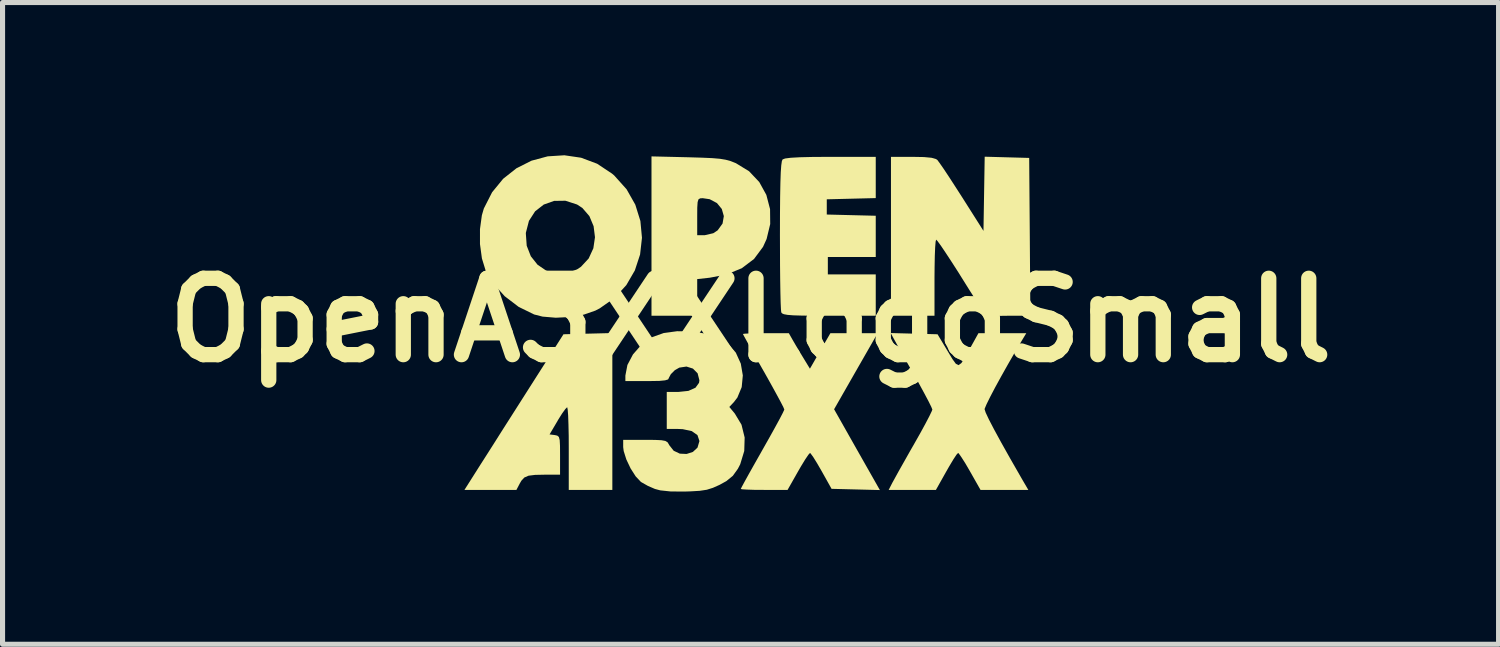
<source format=kicad_pcb>
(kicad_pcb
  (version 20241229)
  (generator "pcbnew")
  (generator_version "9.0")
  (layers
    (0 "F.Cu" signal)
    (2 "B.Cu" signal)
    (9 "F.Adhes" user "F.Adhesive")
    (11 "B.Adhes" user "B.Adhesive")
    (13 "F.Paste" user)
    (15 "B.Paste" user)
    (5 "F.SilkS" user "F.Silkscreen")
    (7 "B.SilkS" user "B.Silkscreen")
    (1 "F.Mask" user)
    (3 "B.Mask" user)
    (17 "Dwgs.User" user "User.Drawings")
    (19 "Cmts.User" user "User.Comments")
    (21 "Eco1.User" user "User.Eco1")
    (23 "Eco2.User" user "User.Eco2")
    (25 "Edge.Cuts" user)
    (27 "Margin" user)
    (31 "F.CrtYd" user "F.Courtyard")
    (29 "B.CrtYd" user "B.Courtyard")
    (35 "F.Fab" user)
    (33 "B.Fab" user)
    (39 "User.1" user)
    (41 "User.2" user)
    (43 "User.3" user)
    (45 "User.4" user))
  (footprint "OpenA3XXLogoSmall"
    (layer "F.Cu")
    (at 11.693 3.238)
    (property "Reference" "OpenA3XXLogoSmall" (at 0 0 0) (layer "F.SilkS") (effects (font (size 1.5 1.5) (thickness 0.3))))
    (attr board_only exclude_from_pos_files exclude_from_bom)
    (fp_poly (pts (xy -2.715 1.795) (xy -2.715 3.335) (xy -3.143 3.335) (xy -3.571 3.335) (xy -3.571 2.523) (xy -3.572 2.27) (xy -3.577 2.049) (xy -3.583 1.874) (xy -3.592 1.757) (xy -3.602 1.711) (xy -3.603 1.711) (xy -3.638 1.746) (xy -3.703 1.836) (xy -3.783 1.964) (xy -3.791 1.979) (xy -3.948 2.245) (xy -3.845 2.258) (xy -3.796 2.269) (xy -3.765 2.296) (xy -3.749 2.357) (xy -3.743 2.468) (xy -3.742 2.648) (xy -3.742 2.654) (xy -3.742 3.036) (xy -4.037 3.036) (xy -4.232 3.04) (xy -4.361 3.056) (xy -4.444 3.092) (xy -4.502 3.155) (xy -4.535 3.212) (xy -4.599 3.335) (xy -5.11 3.335) (xy -5.62 3.335) (xy -5.302 2.833) (xy -5.19 2.658) (xy -5.043 2.427) (xy -4.871 2.155) (xy -4.683 1.86) (xy -4.49 1.557) (xy -4.329 1.304) (xy -3.675 0.278) (xy -3.195 0.266) (xy -2.715 0.254)) (stroke (width 0) (type solid)) (fill yes) (layer "F.SilkS"))
    (fp_poly (pts (xy 5.036 -3.198) (xy 5.473 -3.186) (xy 5.485 -1.636) (xy 5.496 -0.086) (xy 5.071 -0.086) (xy 4.929 -0.084) (xy 4.82 -0.084) (xy 4.732 -0.095) (xy 4.658 -0.124) (xy 4.587 -0.181) (xy 4.51 -0.272) (xy 4.416 -0.407) (xy 4.297 -0.594) (xy 4.143 -0.84) (xy 4.084 -0.935) (xy 3.951 -1.142) (xy 3.833 -1.322) (xy 3.738 -1.463) (xy 3.672 -1.553) (xy 3.645 -1.581) (xy 3.635 -1.541) (xy 3.626 -1.429) (xy 3.619 -1.259) (xy 3.615 -1.044) (xy 3.613 -0.834) (xy 3.613 -0.086) (xy 3.186 -0.086) (xy 2.758 -0.086) (xy 2.758 -1.646) (xy 2.758 -3.207) (xy 3.183 -3.207) (xy 3.405 -3.203) (xy 3.554 -3.189) (xy 3.642 -3.164) (xy 3.668 -3.147) (xy 3.709 -3.092) (xy 3.788 -2.979) (xy 3.895 -2.818) (xy 4.022 -2.622) (xy 4.152 -2.42) (xy 4.575 -1.753) (xy 4.587 -2.481) (xy 4.599 -3.21)) (stroke (width 0) (type solid)) (fill yes) (layer "F.SilkS"))
    (fp_poly (pts (xy -1.229 -3.199) (xy -0.957 -3.191) (xy -0.753 -3.182) (xy -0.602 -3.169) (xy -0.487 -3.15) (xy -0.392 -3.124) (xy -0.299 -3.087) (xy -0.287 -3.082) (xy -0.029 -2.924) (xy 0.171 -2.712) (xy 0.31 -2.46) (xy 0.383 -2.18) (xy 0.386 -1.887) (xy 0.315 -1.593) (xy 0.245 -1.439) (xy 0.068 -1.201) (xy -0.173 -1.019) (xy -0.476 -0.895) (xy -0.802 -0.833) (xy -1.048 -0.806) (xy -1.048 -0.446) (xy -1.048 -0.086) (xy -1.497 -0.086) (xy -1.946 -0.086) (xy -1.946 -1.651) (xy -1.946 -2.035) (xy -1.048 -2.035) (xy -1.048 -2.031) (xy -1.048 -1.668) (xy -0.9 -1.668) (xy -0.732 -1.707) (xy -0.646 -1.764) (xy -0.55 -1.897) (xy -0.525 -2.043) (xy -0.565 -2.183) (xy -0.66 -2.299) (xy -0.803 -2.375) (xy -0.939 -2.395) (xy -0.991 -2.392) (xy -1.024 -2.371) (xy -1.04 -2.316) (xy -1.047 -2.209) (xy -1.048 -2.035) (xy -1.946 -2.035) (xy -1.946 -3.216)) (stroke (width 0) (type solid)) (fill yes) (layer "F.SilkS"))
    (fp_poly (pts (xy 2.459 -2.802) (xy 2.459 -2.397) (xy 1.978 -2.385) (xy 1.497 -2.373) (xy 1.497 -2.224) (xy 1.497 -2.074) (xy 1.978 -2.062) (xy 2.459 -2.05) (xy 2.459 -1.645) (xy 2.459 -1.24) (xy 1.988 -1.24) (xy 1.518 -1.24) (xy 1.518 -1.069) (xy 1.518 -0.898) (xy 1.988 -0.898) (xy 2.459 -0.898) (xy 2.459 -0.492) (xy 2.459 -0.086) (xy 1.544 -0.086) (xy 1.238 -0.086) (xy 1.006 -0.089) (xy 0.839 -0.094) (xy 0.726 -0.103) (xy 0.655 -0.116) (xy 0.618 -0.133) (xy 0.603 -0.153) (xy 0.597 -0.211) (xy 0.591 -0.343) (xy 0.586 -0.541) (xy 0.582 -0.792) (xy 0.579 -1.087) (xy 0.578 -1.415) (xy 0.577 -1.663) (xy 0.578 -2.085) (xy 0.581 -2.428) (xy 0.586 -2.698) (xy 0.593 -2.9) (xy 0.603 -3.04) (xy 0.615 -3.123) (xy 0.629 -3.156) (xy 0.679 -3.175) (xy 0.789 -3.189) (xy 0.966 -3.199) (xy 1.216 -3.205) (xy 1.545 -3.207) (xy 1.569 -3.207) (xy 2.459 -3.207)) (stroke (width 0) (type solid)) (fill yes) (layer "F.SilkS"))
    (fp_poly (pts (xy -3.329 -3.19) (xy -3.014 -3.072) (xy -2.723 -2.879) (xy -2.678 -2.841) (xy -2.435 -2.57) (xy -2.264 -2.268) (xy -2.164 -1.947) (xy -2.133 -1.617) (xy -2.17 -1.289) (xy -2.273 -0.976) (xy -2.44 -0.688) (xy -2.671 -0.436) (xy -2.963 -0.231) (xy -3.048 -0.187) (xy -3.275 -0.108) (xy -3.545 -0.061) (xy -3.826 -0.047) (xy -4.086 -0.069) (xy -4.251 -0.111) (xy -4.555 -0.26) (xy -4.829 -0.469) (xy -5.056 -0.721) (xy -5.204 -0.974) (xy -5.277 -1.212) (xy -5.315 -1.494) (xy -5.315 -1.702) (xy -4.414 -1.702) (xy -4.397 -1.461) (xy -4.316 -1.254) (xy -4.185 -1.089) (xy -4.015 -0.973) (xy -3.82 -0.913) (xy -3.614 -0.919) (xy -3.408 -0.997) (xy -3.331 -1.048) (xy -3.18 -1.211) (xy -3.088 -1.411) (xy -3.056 -1.628) (xy -3.083 -1.845) (xy -3.166 -2.043) (xy -3.304 -2.203) (xy -3.408 -2.271) (xy -3.637 -2.345) (xy -3.859 -2.342) (xy -4.062 -2.27) (xy -4.232 -2.137) (xy -4.353 -1.95) (xy -4.413 -1.718) (xy -4.414 -1.702) (xy -5.315 -1.702) (xy -5.315 -1.788) (xy -5.278 -2.059) (xy -5.239 -2.193) (xy -5.077 -2.511) (xy -4.86 -2.776) (xy -4.598 -2.983) (xy -4.302 -3.132) (xy -3.985 -3.217) (xy -3.657 -3.238)) (stroke (width 0) (type solid)) (fill yes) (layer "F.SilkS"))
    (fp_poly (pts (xy 0.825 0.386) (xy 0.889 0.496) (xy 0.975 0.64) (xy 1.032 0.734) (xy 1.166 0.954) (xy 1.367 0.605) (xy 1.568 0.257) (xy 2.032 0.257) (xy 2.496 0.257) (xy 2.068 1.004) (xy 1.641 1.751) (xy 2.09 2.545) (xy 2.54 3.338) (xy 2.066 3.326) (xy 1.591 3.314) (xy 1.394 2.962) (xy 1.306 2.81) (xy 1.232 2.691) (xy 1.181 2.621) (xy 1.168 2.609) (xy 1.136 2.644) (xy 1.073 2.737) (xy 0.99 2.873) (xy 0.933 2.972) (xy 0.727 3.335) (xy 0.267 3.335) (xy 0.081 3.334) (xy -0.07 3.329) (xy -0.166 3.323) (xy -0.192 3.316) (xy -0.172 3.275) (xy -0.116 3.171) (xy -0.03 3.016) (xy 0.08 2.82) (xy 0.207 2.596) (xy 0.235 2.546) (xy 0.365 2.316) (xy 0.479 2.111) (xy 0.571 1.942) (xy 0.634 1.821) (xy 0.662 1.76) (xy 0.663 1.756) (xy 0.643 1.707) (xy 0.586 1.597) (xy 0.5 1.438) (xy 0.391 1.24) (xy 0.266 1.017) (xy 0.257 1.002) (xy 0.13 0.779) (xy 0.02 0.584) (xy -0.067 0.426) (xy -0.126 0.319) (xy -0.15 0.273) (xy -0.15 0.272) (xy -0.11 0.266) (xy -0.002 0.261) (xy 0.156 0.257) (xy 0.301 0.257) (xy 0.752 0.257)) (stroke (width 0) (type solid)) (fill yes) (layer "F.SilkS"))
    (fp_poly (pts (xy 3.213 0.266) (xy 3.673 0.278) (xy 3.872 0.61) (xy 3.965 0.765) (xy 4.032 0.857) (xy 4.086 0.884) (xy 4.141 0.844) (xy 4.211 0.734) (xy 4.312 0.554) (xy 4.316 0.545) (xy 4.476 0.257) (xy 4.946 0.257) (xy 5.416 0.257) (xy 5.332 0.396) (xy 5.193 0.631) (xy 5.054 0.872) (xy 4.922 1.107) (xy 4.803 1.324) (xy 4.706 1.509) (xy 4.636 1.651) (xy 4.6 1.736) (xy 4.597 1.751) (xy 4.619 1.818) (xy 4.682 1.952) (xy 4.785 2.15) (xy 4.924 2.405) (xy 5.097 2.713) (xy 5.301 3.069) (xy 5.35 3.154) (xy 5.456 3.335) (xy 4.986 3.335) (xy 4.517 3.335) (xy 4.311 2.972) (xy 4.221 2.817) (xy 4.144 2.696) (xy 4.092 2.622) (xy 4.077 2.609) (xy 4.045 2.643) (xy 3.983 2.737) (xy 3.901 2.874) (xy 3.845 2.972) (xy 3.641 3.335) (xy 3.177 3.335) (xy 2.713 3.335) (xy 2.784 3.196) (xy 2.83 3.113) (xy 2.908 2.971) (xy 3.012 2.787) (xy 3.131 2.576) (xy 3.213 2.433) (xy 3.332 2.223) (xy 3.434 2.036) (xy 3.512 1.887) (xy 3.559 1.789) (xy 3.571 1.757) (xy 3.55 1.704) (xy 3.494 1.591) (xy 3.409 1.431) (xy 3.303 1.236) (xy 3.214 1.077) (xy 3.091 0.862) (xy 2.981 0.666) (xy 2.89 0.504) (xy 2.828 0.392) (xy 2.805 0.351) (xy 2.753 0.254)) (stroke (width 0) (type solid)) (fill yes) (layer "F.SilkS"))
    (fp_poly (pts (xy -1.16 0.223) (xy -0.885 0.265) (xy -0.64 0.343) (xy -0.45 0.455) (xy -0.446 0.458) (xy -0.29 0.638) (xy -0.192 0.854) (xy -0.152 1.086) (xy -0.174 1.316) (xy -0.259 1.521) (xy -0.329 1.612) (xy -0.417 1.706) (xy -0.309 1.836) (xy -0.178 2.054) (xy -0.116 2.306) (xy -0.124 2.571) (xy -0.203 2.831) (xy -0.249 2.92) (xy -0.348 3.058) (xy -0.475 3.162) (xy -0.609 3.236) (xy -0.739 3.294) (xy -0.86 3.332) (xy -0.999 3.353) (xy -1.184 3.364) (xy -1.283 3.367) (xy -1.566 3.366) (xy -1.774 3.344) (xy -1.879 3.316) (xy -2.017 3.256) (xy -2.141 3.186) (xy -2.157 3.175) (xy -2.256 3.07) (xy -2.356 2.914) (xy -2.44 2.737) (xy -2.492 2.572) (xy -2.502 2.494) (xy -2.502 2.352) (xy -2.073 2.352) (xy -1.878 2.353) (xy -1.751 2.359) (xy -1.674 2.373) (xy -1.631 2.399) (xy -1.604 2.442) (xy -1.597 2.456) (xy -1.51 2.566) (xy -1.389 2.623) (xy -1.256 2.629) (xy -1.133 2.589) (xy -1.042 2.504) (xy -1.005 2.378) (xy -1.005 2.373) (xy -1.043 2.259) (xy -1.155 2.18) (xy -1.332 2.142) (xy -1.421 2.138) (xy -1.646 2.138) (xy -1.646 1.775) (xy -1.646 1.411) (xy -1.421 1.411) (xy -1.221 1.39) (xy -1.082 1.328) (xy -1.012 1.231) (xy -1.005 1.182) (xy -1.04 1.045) (xy -1.132 0.952) (xy -1.259 0.912) (xy -1.399 0.933) (xy -1.487 0.983) (xy -1.566 1.062) (xy -1.603 1.131) (xy -1.604 1.136) (xy -1.62 1.165) (xy -1.679 1.183) (xy -1.792 1.194) (xy -1.975 1.197) (xy -2.031 1.197) (xy -2.459 1.197) (xy -2.459 1.089) (xy -2.419 0.881) (xy -2.31 0.674) (xy -2.146 0.486) (xy -1.939 0.339) (xy -1.924 0.331) (xy -1.704 0.253) (xy -1.442 0.218)) (stroke (width 0) (type solid)) (fill yes) (layer "F.SilkS")))
  (gr_rect
    (start -3 -3)
    (end 26.386 9.605)
    (stroke (width 0.1) (type default))
    (fill no)
    (layer "Edge.Cuts")))
</source>
